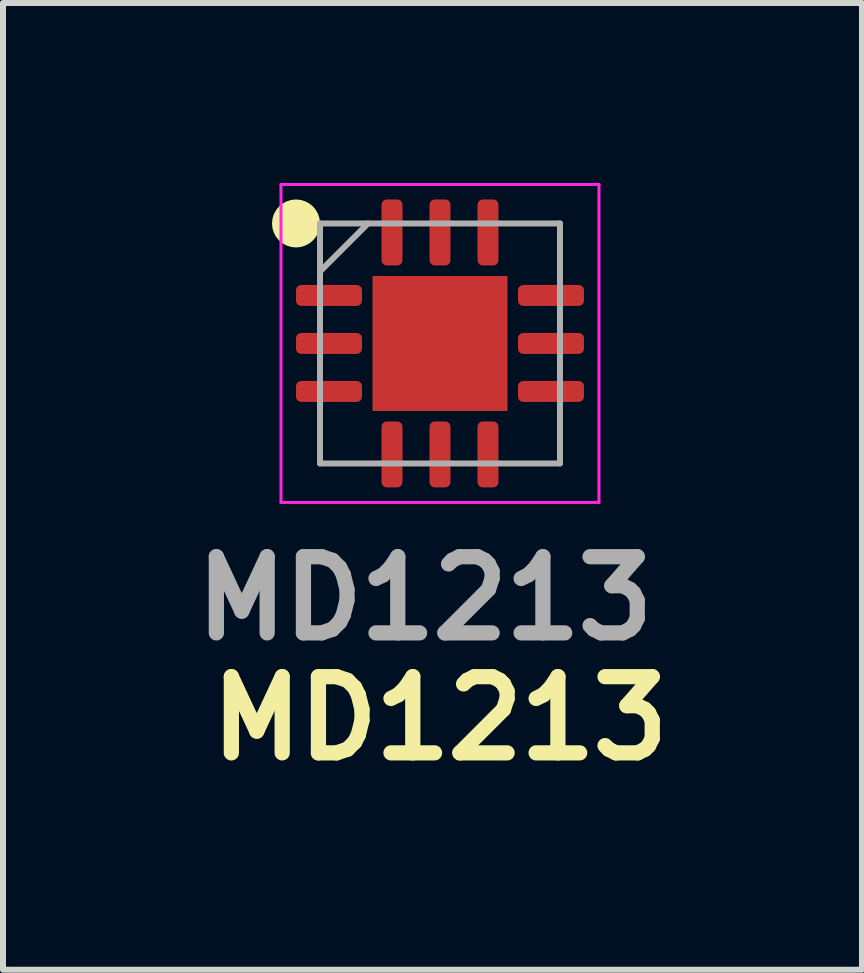
<source format=kicad_pcb>
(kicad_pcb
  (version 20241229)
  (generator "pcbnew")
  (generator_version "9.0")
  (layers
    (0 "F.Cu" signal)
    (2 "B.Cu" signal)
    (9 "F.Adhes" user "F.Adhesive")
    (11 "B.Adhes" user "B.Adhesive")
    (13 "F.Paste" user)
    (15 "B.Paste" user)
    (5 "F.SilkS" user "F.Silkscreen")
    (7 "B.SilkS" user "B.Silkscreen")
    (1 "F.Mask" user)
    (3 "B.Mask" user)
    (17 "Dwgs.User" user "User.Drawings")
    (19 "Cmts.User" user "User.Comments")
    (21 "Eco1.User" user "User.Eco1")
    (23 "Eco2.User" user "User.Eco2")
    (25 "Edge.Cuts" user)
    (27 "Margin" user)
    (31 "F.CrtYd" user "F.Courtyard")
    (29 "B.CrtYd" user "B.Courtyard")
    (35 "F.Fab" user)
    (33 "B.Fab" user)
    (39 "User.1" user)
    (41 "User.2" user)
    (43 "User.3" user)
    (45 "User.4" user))
  (footprint "MD1213"
    (layer "F.Cu")
    (at 4.284 2.675)
    (property "Reference" "MD1213" (at 0 6.25 0) (layer "F.SilkS") (effects (font (size 1.27 1.27) (thickness 0.254))))
    (attr smd)
    (fp_circle (center -2.4 -2) (end -2.4 -1.8) (stroke (width 0.4) (type solid)) (fill no) (layer "F.SilkS"))
    (fp_line (start -2.65 -2.65) (end 2.65 -2.65) (stroke (width 0.05) (type solid)) (layer "F.CrtYd"))
    (fp_line (start -2.65 2.65) (end -2.65 -2.65) (stroke (width 0.05) (type solid)) (layer "F.CrtYd"))
    (fp_line (start 2.65 -2.65) (end 2.65 2.65) (stroke (width 0.05) (type solid)) (layer "F.CrtYd"))
    (fp_line (start 2.65 2.65) (end -2.65 2.65) (stroke (width 0.05) (type solid)) (layer "F.CrtYd"))
    (fp_line (start -2 -2) (end 2 -2) (stroke (width 0.1) (type solid)) (layer "F.Fab"))
    (fp_line (start -2 -1.2) (end -1.2 -2) (stroke (width 0.1) (type solid)) (layer "F.Fab"))
    (fp_line (start -2 2) (end -2 -2) (stroke (width 0.1) (type solid)) (layer "F.Fab"))
    (fp_line (start 2 -2) (end 2 2) (stroke (width 0.1) (type solid)) (layer "F.Fab"))
    (fp_line (start 2 2) (end -2 2) (stroke (width 0.1) (type solid)) (layer "F.Fab"))
    (fp_text user "${REFERENCE}" (at -0.25 4.25 0) (layer "F.Fab") (effects (font (size 1.27 1.27) (thickness 0.254))))
    (pad "1" smd roundrect (at -1.85 -0.8 90) (size 0.35 1.1) (layers "F.Cu" "F.Mask" "F.Paste") (roundrect_rratio 0.25))
    (pad "2" smd roundrect (at -1.85 0 90) (size 0.35 1.1) (layers "F.Cu" "F.Mask" "F.Paste") (roundrect_rratio 0.25))
    (pad "3" smd roundrect (at -1.85 0.8 90) (size 0.35 1.1) (layers "F.Cu" "F.Mask" "F.Paste") (roundrect_rratio 0.25))
    (pad "4" smd roundrect (at -0.8 1.85) (size 0.35 1.1) (layers "F.Cu" "F.Mask" "F.Paste") (roundrect_rratio 0.25))
    (pad "5" smd roundrect (at 0 1.85) (size 0.35 1.1) (layers "F.Cu" "F.Mask" "F.Paste") (roundrect_rratio 0.25))
    (pad "6" smd roundrect (at 0.8 1.85) (size 0.35 1.1) (layers "F.Cu" "F.Mask" "F.Paste") (roundrect_rratio 0.25))
    (pad "7" smd roundrect (at 1.85 0.8 90) (size 0.35 1.1) (layers "F.Cu" "F.Mask" "F.Paste") (roundrect_rratio 0.25))
    (pad "8" smd roundrect (at 1.85 0 90) (size 0.35 1.1) (layers "F.Cu" "F.Mask" "F.Paste") (roundrect_rratio 0.25))
    (pad "9" smd roundrect (at 1.85 -0.8 90) (size 0.35 1.1) (layers "F.Cu" "F.Mask" "F.Paste") (roundrect_rratio 0.25))
    (pad "10" smd roundrect (at 0.8 -1.85) (size 0.35 1.1) (layers "F.Cu" "F.Mask" "F.Paste") (roundrect_rratio 0.25))
    (pad "11" smd roundrect (at 0 -1.85) (size 0.35 1.1) (layers "F.Cu" "F.Mask" "F.Paste") (roundrect_rratio 0.25))
    (pad "12" smd roundrect (at -0.8 -1.85) (size 0.35 1.1) (layers "F.Cu" "F.Mask" "F.Paste") (roundrect_rratio 0.25))
    (pad "13" smd rect (at 0 0) (size 2.25 2.25) (layers "F.Cu" "F.Mask" "F.Paste")))
  (gr_rect
    (start -3 -3)
    (end 11.318 13.114)
    (stroke (width 0.1) (type default))
    (fill no)
    (layer "Edge.Cuts")))
</source>
